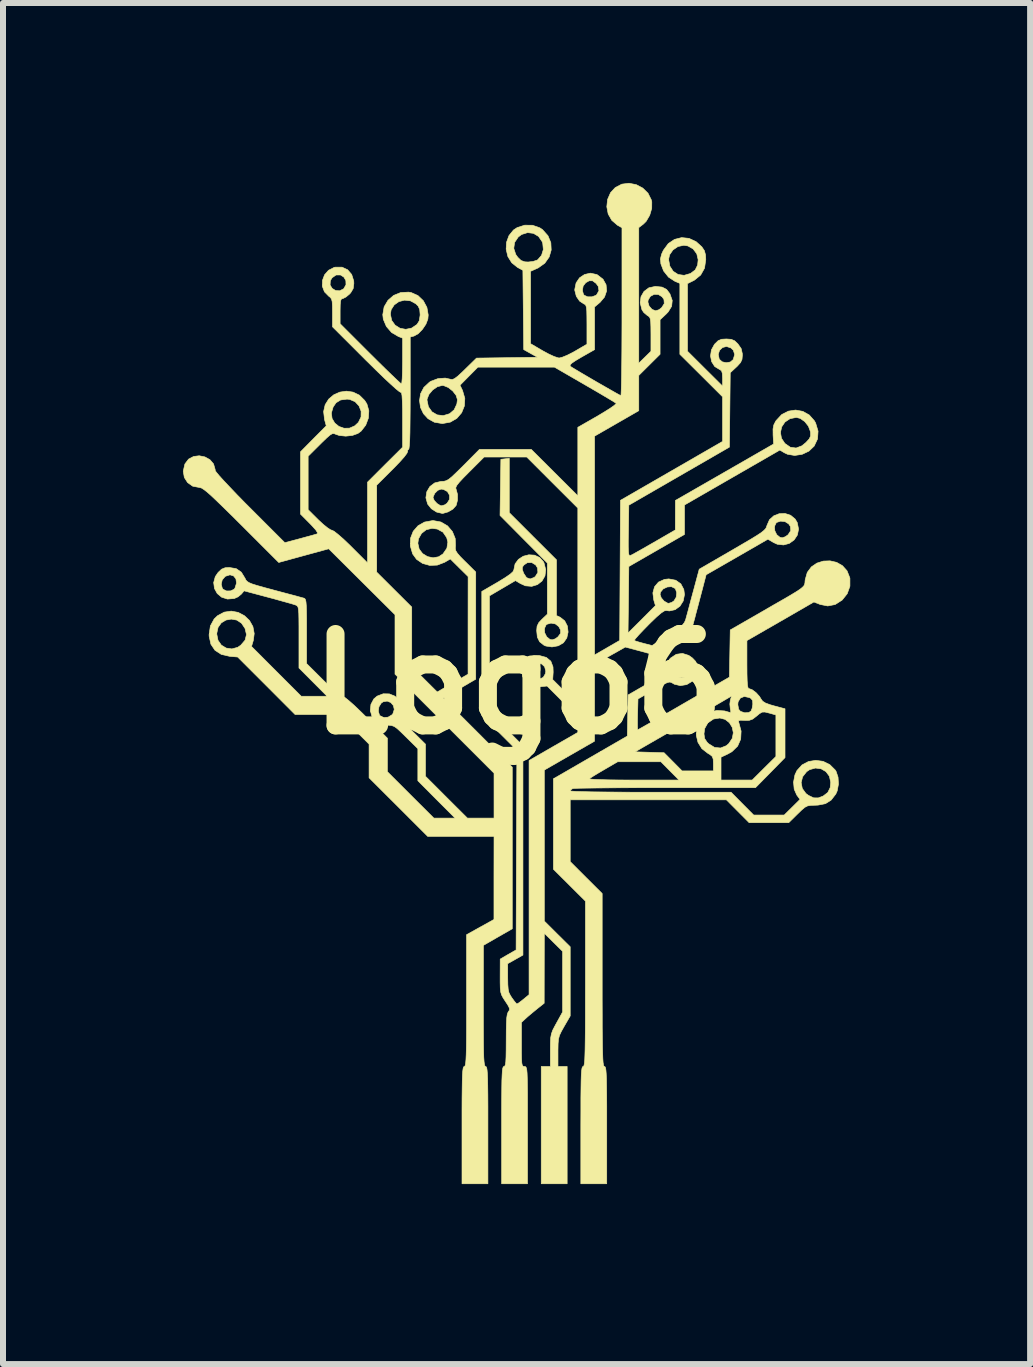
<source format=kicad_pcb>
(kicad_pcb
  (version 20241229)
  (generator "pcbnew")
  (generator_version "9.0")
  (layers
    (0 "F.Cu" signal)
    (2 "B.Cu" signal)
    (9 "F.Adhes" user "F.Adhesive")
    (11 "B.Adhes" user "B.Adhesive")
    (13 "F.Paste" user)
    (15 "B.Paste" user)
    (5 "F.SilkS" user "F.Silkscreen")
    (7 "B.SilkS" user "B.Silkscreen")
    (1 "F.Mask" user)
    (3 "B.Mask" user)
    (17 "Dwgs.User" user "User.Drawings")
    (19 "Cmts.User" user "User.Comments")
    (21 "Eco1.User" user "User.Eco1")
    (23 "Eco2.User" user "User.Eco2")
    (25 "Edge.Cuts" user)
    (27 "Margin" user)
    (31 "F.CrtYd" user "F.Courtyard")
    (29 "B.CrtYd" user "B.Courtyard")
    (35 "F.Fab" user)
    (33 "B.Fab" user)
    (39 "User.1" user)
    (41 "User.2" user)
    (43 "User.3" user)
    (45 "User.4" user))
  (footprint "Logo6"
    (layer "F.Cu")
    (at 5.592 8.354)
    (property "Reference" "Logo6" (at 0 0 0) (layer "F.SilkS") (effects (font (size 1.524 1.524) (thickness 0.3))))
    (attr through_hole)
    (fp_poly (pts (xy -0.152 -2.857) (xy 0.241 -2.464) (xy 0.635 -2.071) (xy 0.635 -1.142) (xy 0.696 -1.114) (xy 0.772 -1.054) (xy 0.817 -0.967) (xy 0.829 -0.867) (xy 0.807 -0.768) (xy 0.751 -0.688) (xy 0.665 -0.638) (xy 0.56 -0.619) (xy 0.458 -0.634) (xy 0.426 -0.648) (xy 0.354 -0.705) (xy 0.316 -0.782) (xy 0.305 -0.891) (xy 0.308 -0.926) (xy 0.434 -0.926) (xy 0.439 -0.854) (xy 0.472 -0.788) (xy 0.525 -0.745) (xy 0.563 -0.737) (xy 0.615 -0.754) (xy 0.66 -0.787) (xy 0.704 -0.846) (xy 0.703 -0.903) (xy 0.672 -0.96) (xy 0.616 -1.003) (xy 0.543 -1.016) (xy 0.477 -0.997) (xy 0.462 -0.986) (xy 0.434 -0.926) (xy 0.308 -0.926) (xy 0.312 -0.966) (xy 0.341 -1.025) (xy 0.394 -1.081) (xy 0.483 -1.165) (xy 0.483 -2.017) (xy 0.088 -2.414) (xy -0.306 -2.811) (xy -0.299 -3.279) (xy -0.292 -3.747) (xy -0.222 -3.755) (xy -0.152 -3.763) (xy -0.152 -2.857)) (stroke (width 0.01) (type solid)) (fill yes) (layer "F.SilkS"))
    (fp_poly (pts (xy 5.305 -2.029) (xy 5.403 -1.973) (xy 5.479 -1.888) (xy 5.525 -1.772) (xy 5.527 -1.762) (xy 5.527 -1.631) (xy 5.482 -1.506) (xy 5.398 -1.401) (xy 5.398 -1.401) (xy 5.281 -1.326) (xy 5.157 -1.302) (xy 5.027 -1.328) (xy 5.027 -1.329) (xy 4.926 -1.368) (xy 4.368 -1.046) (xy 3.81 -0.725) (xy 3.81 -0.324) (xy 3.811 -0.168) (xy 3.814 -0.057) (xy 3.819 0.017) (xy 3.827 0.058) (xy 3.839 0.075) (xy 3.845 0.076) (xy 3.898 0.095) (xy 3.962 0.143) (xy 4.019 0.206) (xy 4.044 0.247) (xy 4.072 0.286) (xy 4.119 0.316) (xy 4.198 0.345) (xy 4.261 0.363) (xy 4.445 0.412) (xy 4.445 1.226) (xy 4.199 1.477) (xy 3.953 1.727) (xy 2.448 1.727) (xy 2.176 1.727) (xy 1.918 1.728) (xy 1.679 1.729) (xy 1.463 1.731) (xy 1.277 1.733) (xy 1.122 1.735) (xy 1.006 1.737) (xy 0.931 1.74) (xy 0.904 1.743) (xy 0.869 1.767) (xy 0.864 1.781) (xy 0.888 1.785) (xy 0.96 1.79) (xy 1.074 1.793) (xy 1.227 1.797) (xy 1.415 1.799) (xy 1.633 1.801) (xy 1.878 1.803) (xy 2.145 1.803) (xy 2.204 1.803) (xy 3.545 1.803) (xy 3.734 1.994) (xy 3.923 2.184) (xy 4.177 2.184) (xy 4.431 2.184) (xy 4.563 2.054) (xy 4.695 1.923) (xy 4.641 1.85) (xy 4.598 1.753) (xy 4.588 1.643) (xy 4.714 1.643) (xy 4.733 1.741) (xy 4.794 1.825) (xy 4.836 1.856) (xy 4.922 1.897) (xy 5 1.898) (xy 5.081 1.867) (xy 5.158 1.808) (xy 5.198 1.727) (xy 5.207 1.638) (xy 5.185 1.537) (xy 5.128 1.46) (xy 5.047 1.413) (xy 4.952 1.4) (xy 4.855 1.427) (xy 4.806 1.46) (xy 4.738 1.546) (xy 4.714 1.643) (xy 4.588 1.643) (xy 4.587 1.635) (xy 4.61 1.515) (xy 4.644 1.442) (xy 4.729 1.348) (xy 4.837 1.291) (xy 4.957 1.272) (xy 5.079 1.288) (xy 5.19 1.342) (xy 5.281 1.432) (xy 5.296 1.455) (xy 5.329 1.552) (xy 5.336 1.668) (xy 5.315 1.781) (xy 5.292 1.833) (xy 5.214 1.934) (xy 5.119 1.994) (xy 4.995 2.018) (xy 4.951 2.02) (xy 4.876 2.022) (xy 4.822 2.031) (xy 4.775 2.055) (xy 4.72 2.102) (xy 4.654 2.166) (xy 4.507 2.311) (xy 3.847 2.311) (xy 3.658 2.121) (xy 3.468 1.93) (xy 0.864 1.93) (xy 0.864 2.96) (xy 1.13 3.226) (xy 1.397 3.492) (xy 1.397 4.933) (xy 1.397 5.243) (xy 1.398 5.506) (xy 1.398 5.726) (xy 1.4 5.906) (xy 1.402 6.051) (xy 1.405 6.163) (xy 1.408 6.247) (xy 1.412 6.306) (xy 1.418 6.345) (xy 1.424 6.367) (xy 1.432 6.375) (xy 1.435 6.375) (xy 1.445 6.381) (xy 1.453 6.399) (xy 1.459 6.435) (xy 1.464 6.494) (xy 1.468 6.58) (xy 1.47 6.697) (xy 1.472 6.85) (xy 1.473 7.043) (xy 1.473 7.282) (xy 1.473 7.353) (xy 1.473 8.331) (xy 1.041 8.331) (xy 1.041 7.353) (xy 1.042 7.102) (xy 1.042 6.897) (xy 1.044 6.734) (xy 1.046 6.607) (xy 1.049 6.514) (xy 1.054 6.448) (xy 1.06 6.407) (xy 1.067 6.384) (xy 1.077 6.376) (xy 1.079 6.375) (xy 1.088 6.371) (xy 1.095 6.354) (xy 1.101 6.321) (xy 1.106 6.268) (xy 1.109 6.191) (xy 1.112 6.088) (xy 1.114 5.952) (xy 1.116 5.782) (xy 1.117 5.572) (xy 1.117 5.32) (xy 1.118 5.021) (xy 1.118 4.997) (xy 1.118 3.619) (xy 0.851 3.353) (xy 0.584 3.087) (xy 0.584 1.579) (xy 0.586 1.578) (xy 1.182 1.578) (xy 1.2 1.584) (xy 1.264 1.589) (xy 1.366 1.593) (xy 1.503 1.597) (xy 1.667 1.599) (xy 1.854 1.6) (xy 1.918 1.6) (xy 2.678 1.6) (xy 2.527 1.448) (xy 2.376 1.295) (xy 1.656 1.295) (xy 1.431 1.426) (xy 1.334 1.483) (xy 1.253 1.532) (xy 1.199 1.567) (xy 1.182 1.578) (xy 0.586 1.578) (xy 1.2 1.223) (xy 1.361 1.13) (xy 1.945 1.13) (xy 2.429 1.145) (xy 2.579 1.296) (xy 2.729 1.448) (xy 3.251 1.448) (xy 3.251 1.327) (xy 3.248 1.251) (xy 3.236 1.219) (xy 3.378 1.219) (xy 3.378 1.6) (xy 3.898 1.6) (xy 4.095 1.404) (xy 4.293 1.208) (xy 4.293 0.515) (xy 4.179 0.483) (xy 4.109 0.466) (xy 4.062 0.468) (xy 4.017 0.495) (xy 3.972 0.533) (xy 3.906 0.584) (xy 3.848 0.605) (xy 3.773 0.606) (xy 3.768 0.605) (xy 3.7 0.603) (xy 3.671 0.612) (xy 3.673 0.635) (xy 3.713 0.784) (xy 3.706 0.919) (xy 3.655 1.035) (xy 3.559 1.128) (xy 3.491 1.166) (xy 3.378 1.219) (xy 3.236 1.219) (xy 3.231 1.206) (xy 3.191 1.173) (xy 3.162 1.157) (xy 3.059 1.077) (xy 2.994 0.972) (xy 2.966 0.855) (xy 2.967 0.83) (xy 3.094 0.83) (xy 3.105 0.908) (xy 3.146 0.97) (xy 3.173 0.996) (xy 3.27 1.056) (xy 3.37 1.066) (xy 3.466 1.028) (xy 3.507 0.993) (xy 3.566 0.905) (xy 3.583 0.812) (xy 3.565 0.722) (xy 3.518 0.645) (xy 3.447 0.589) (xy 3.358 0.566) (xy 3.257 0.582) (xy 3.249 0.585) (xy 3.158 0.648) (xy 3.106 0.741) (xy 3.094 0.83) (xy 2.967 0.83) (xy 2.974 0.735) (xy 3.017 0.622) (xy 3.096 0.527) (xy 3.196 0.465) (xy 3.311 0.44) (xy 3.437 0.448) (xy 3.51 0.469) (xy 3.538 0.475) (xy 3.541 0.449) (xy 3.533 0.415) (xy 3.526 0.341) (xy 3.658 0.341) (xy 3.672 0.42) (xy 3.702 0.455) (xy 3.773 0.479) (xy 3.84 0.475) (xy 3.878 0.451) (xy 3.897 0.404) (xy 3.908 0.337) (xy 3.905 0.274) (xy 3.874 0.237) (xy 3.85 0.225) (xy 3.766 0.207) (xy 3.701 0.233) (xy 3.663 0.296) (xy 3.658 0.341) (xy 3.526 0.341) (xy 3.525 0.334) (xy 3.533 0.271) (xy 3.553 0.2) (xy 3.459 0.255) (xy 3.415 0.281) (xy 3.332 0.329) (xy 3.218 0.396) (xy 3.078 0.477) (xy 2.918 0.569) (xy 2.745 0.669) (xy 2.655 0.721) (xy 1.945 1.13) (xy 1.361 1.13) (xy 1.816 0.867) (xy 1.823 0.524) (xy 1.83 0.181) (xy 2.147 -0.002) (xy 2.26 -0.069) (xy 2.354 -0.128) (xy 2.423 -0.176) (xy 2.458 -0.207) (xy 2.461 -0.213) (xy 2.463 -0.255) (xy 2.591 -0.255) (xy 2.61 -0.174) (xy 2.657 -0.122) (xy 2.721 -0.102) (xy 2.787 -0.119) (xy 2.836 -0.168) (xy 2.864 -0.221) (xy 2.861 -0.264) (xy 2.842 -0.301) (xy 2.789 -0.358) (xy 2.723 -0.378) (xy 2.658 -0.366) (xy 2.61 -0.323) (xy 2.591 -0.255) (xy 2.463 -0.255) (xy 2.467 -0.32) (xy 2.516 -0.41) (xy 2.538 -0.434) (xy 2.632 -0.496) (xy 2.735 -0.511) (xy 2.84 -0.478) (xy 2.902 -0.434) (xy 2.955 -0.378) (xy 2.979 -0.322) (xy 2.985 -0.241) (xy 2.979 -0.16) (xy 2.954 -0.104) (xy 2.902 -0.049) (xy 2.806 0.009) (xy 2.7 0.026) (xy 2.601 0.003) (xy 2.572 -0.014) (xy 2.545 -0.029) (xy 2.516 -0.033) (xy 2.477 -0.022) (xy 2.416 0.007) (xy 2.327 0.056) (xy 2.255 0.098) (xy 1.994 0.248) (xy 1.987 0.505) (xy 1.985 0.612) (xy 1.985 0.698) (xy 1.987 0.75) (xy 1.99 0.762) (xy 2.014 0.75) (xy 2.076 0.715) (xy 2.173 0.66) (xy 2.298 0.589) (xy 2.446 0.504) (xy 2.613 0.408) (xy 2.759 0.323) (xy 3.518 -0.115) (xy 3.525 -0.509) (xy 3.532 -0.902) (xy 4.071 -1.212) (xy 4.264 -1.324) (xy 4.418 -1.412) (xy 4.538 -1.482) (xy 4.627 -1.536) (xy 4.69 -1.577) (xy 4.732 -1.61) (xy 4.758 -1.636) (xy 4.771 -1.661) (xy 4.777 -1.686) (xy 4.779 -1.716) (xy 4.782 -1.741) (xy 4.816 -1.861) (xy 4.884 -1.953) (xy 4.976 -2.016) (xy 5.083 -2.05) (xy 5.195 -2.054) (xy 5.305 -2.029)) (stroke (width 0.01) (type solid)) (fill yes) (layer "F.SilkS"))
    (fp_poly (pts (xy -2.847 -6.907) (xy -2.779 -6.828) (xy -2.745 -6.72) (xy -2.743 -6.679) (xy -2.754 -6.593) (xy -2.795 -6.524) (xy -2.817 -6.5) (xy -2.874 -6.453) (xy -2.922 -6.428) (xy -2.932 -6.426) (xy -2.952 -6.418) (xy -2.964 -6.388) (xy -2.97 -6.325) (xy -2.972 -6.222) (xy -2.972 -6.216) (xy -2.972 -6.007) (xy -2.47 -5.505) (xy -2.339 -5.375) (xy -2.219 -5.257) (xy -2.116 -5.157) (xy -2.033 -5.078) (xy -1.977 -5.026) (xy -1.95 -5.004) (xy -1.949 -5.004) (xy -1.943 -5.028) (xy -1.937 -5.094) (xy -1.933 -5.193) (xy -1.931 -5.317) (xy -1.93 -5.385) (xy -1.93 -5.767) (xy -2 -5.794) (xy -2.114 -5.861) (xy -2.201 -5.962) (xy -2.252 -6.082) (xy -2.261 -6.16) (xy -2.259 -6.167) (xy -2.134 -6.167) (xy -2.112 -6.062) (xy -2.055 -5.983) (xy -1.974 -5.932) (xy -1.878 -5.914) (xy -1.78 -5.934) (xy -1.69 -5.995) (xy -1.652 -6.057) (xy -1.638 -6.15) (xy -1.638 -6.162) (xy -1.645 -6.244) (xy -1.67 -6.3) (xy -1.71 -6.34) (xy -1.8 -6.389) (xy -1.898 -6.4) (xy -1.992 -6.376) (xy -2.07 -6.321) (xy -2.121 -6.242) (xy -2.134 -6.167) (xy -2.259 -6.167) (xy -2.238 -6.289) (xy -2.174 -6.397) (xy -2.08 -6.479) (xy -1.962 -6.527) (xy -1.831 -6.534) (xy -1.788 -6.527) (xy -1.675 -6.477) (xy -1.585 -6.391) (xy -1.525 -6.279) (xy -1.503 -6.153) (xy -1.509 -6.085) (xy -1.542 -5.999) (xy -1.6 -5.913) (xy -1.67 -5.841) (xy -1.74 -5.802) (xy -1.743 -5.801) (xy -1.803 -5.786) (xy -1.803 -4.849) (xy -1.804 -4.582) (xy -1.806 -4.363) (xy -1.808 -4.191) (xy -1.812 -4.062) (xy -1.818 -3.974) (xy -1.824 -3.925) (xy -1.832 -3.912) (xy -1.849 -3.893) (xy -1.846 -3.877) (xy -1.859 -3.846) (xy -1.904 -3.786) (xy -1.978 -3.703) (xy -2.076 -3.601) (xy -2.098 -3.579) (xy -2.362 -3.316) (xy -2.362 -2.591) (xy -2.362 -1.866) (xy -2.07 -1.575) (xy -1.778 -1.284) (xy -1.778 -0.291) (xy -1.566 -0.08) (xy -1.353 0.132) (xy -1.096 -0.017) (xy -0.839 -0.165) (xy -0.839 -0.979) (xy -0.838 -1.792) (xy -0.987 -1.939) (xy -1.135 -2.086) (xy -1.23 -2.03) (xy -1.352 -1.983) (xy -1.478 -1.978) (xy -1.597 -2.011) (xy -1.697 -2.079) (xy -1.763 -2.17) (xy -1.802 -2.304) (xy -1.801 -2.347) (xy -1.676 -2.347) (xy -1.654 -2.251) (xy -1.597 -2.175) (xy -1.515 -2.125) (xy -1.422 -2.105) (xy -1.329 -2.122) (xy -1.257 -2.17) (xy -1.192 -2.264) (xy -1.176 -2.367) (xy -1.195 -2.441) (xy -1.257 -2.532) (xy -1.351 -2.584) (xy -1.44 -2.596) (xy -1.536 -2.573) (xy -1.615 -2.511) (xy -1.665 -2.422) (xy -1.676 -2.347) (xy -1.801 -2.347) (xy -1.798 -2.432) (xy -1.753 -2.547) (xy -1.673 -2.639) (xy -1.564 -2.701) (xy -1.431 -2.725) (xy -1.417 -2.725) (xy -1.29 -2.701) (xy -1.181 -2.637) (xy -1.1 -2.542) (xy -1.053 -2.427) (xy -1.049 -2.309) (xy -1.052 -2.263) (xy -1.044 -2.224) (xy -1.018 -2.182) (xy -0.969 -2.125) (xy -0.889 -2.044) (xy -0.886 -2.042) (xy -0.711 -1.868) (xy -0.711 -0.081) (xy -0.981 0.077) (xy -1.251 0.235) (xy -0.676 0.81) (xy -0.102 1.385) (xy -0.102 4.08) (xy -0.343 4.218) (xy -0.583 4.356) (xy -0.584 5.366) (xy -0.584 5.621) (xy -0.583 5.831) (xy -0.582 5.998) (xy -0.58 6.129) (xy -0.577 6.226) (xy -0.572 6.295) (xy -0.566 6.339) (xy -0.559 6.364) (xy -0.55 6.375) (xy -0.546 6.375) (xy -0.536 6.381) (xy -0.528 6.399) (xy -0.522 6.435) (xy -0.517 6.494) (xy -0.513 6.58) (xy -0.511 6.697) (xy -0.509 6.85) (xy -0.508 7.043) (xy -0.508 7.282) (xy -0.508 7.353) (xy -0.508 8.331) (xy -0.94 8.331) (xy -0.94 7.353) (xy -0.94 7.102) (xy -0.939 6.897) (xy -0.937 6.734) (xy -0.935 6.607) (xy -0.932 6.514) (xy -0.927 6.448) (xy -0.921 6.407) (xy -0.914 6.384) (xy -0.904 6.376) (xy -0.902 6.375) (xy -0.892 6.37) (xy -0.885 6.352) (xy -0.879 6.317) (xy -0.874 6.261) (xy -0.87 6.179) (xy -0.867 6.066) (xy -0.865 5.92) (xy -0.864 5.734) (xy -0.864 5.506) (xy -0.864 5.277) (xy -0.864 4.178) (xy -0.635 4.051) (xy -0.407 3.924) (xy -0.407 3.232) (xy -0.406 2.54) (xy -1.511 2.54) (xy -2.489 1.563) (xy -2.489 1.282) (xy -2.489 1.002) (xy -2.985 0.508) (xy -3.354 0.508) (xy -3.722 0.508) (xy -4.201 0.028) (xy -4.68 -0.451) (xy -4.812 -0.462) (xy -4.952 -0.494) (xy -5.058 -0.563) (xy -5.126 -0.664) (xy -5.155 -0.796) (xy -5.156 -0.824) (xy -5.154 -0.837) (xy -5.029 -0.837) (xy -5.008 -0.73) (xy -4.952 -0.649) (xy -4.871 -0.6) (xy -4.776 -0.586) (xy -4.678 -0.613) (xy -4.628 -0.648) (xy -4.556 -0.732) (xy -4.533 -0.825) (xy -4.557 -0.927) (xy -4.616 -1.015) (xy -4.696 -1.067) (xy -4.786 -1.083) (xy -4.875 -1.067) (xy -4.953 -1.02) (xy -5.007 -0.944) (xy -5.029 -0.841) (xy -5.029 -0.837) (xy -5.154 -0.837) (xy -5.135 -0.969) (xy -5.072 -1.085) (xy -5.016 -1.139) (xy -4.904 -1.199) (xy -4.787 -1.216) (xy -4.672 -1.195) (xy -4.569 -1.141) (xy -4.484 -1.061) (xy -4.426 -0.959) (xy -4.404 -0.842) (xy -4.419 -0.727) (xy -4.449 -0.627) (xy -4.035 -0.212) (xy -3.62 0.203) (xy -3.189 0.203) (xy -3.423 -0.032) (xy -3.658 -0.268) (xy -3.658 -0.782) (xy -3.658 -0.956) (xy -3.659 -1.086) (xy -3.661 -1.178) (xy -3.666 -1.24) (xy -3.673 -1.279) (xy -3.685 -1.301) (xy -3.7 -1.312) (xy -3.715 -1.318) (xy -3.758 -1.332) (xy -3.841 -1.356) (xy -3.953 -1.387) (xy -4.085 -1.424) (xy -4.172 -1.447) (xy -4.573 -1.554) (xy -4.617 -1.501) (xy -4.674 -1.454) (xy -4.737 -1.426) (xy -4.85 -1.417) (xy -4.947 -1.448) (xy -5.021 -1.51) (xy -5.067 -1.594) (xy -5.076 -1.665) (xy -4.954 -1.665) (xy -4.936 -1.597) (xy -4.923 -1.58) (xy -4.866 -1.552) (xy -4.798 -1.553) (xy -4.74 -1.58) (xy -4.725 -1.599) (xy -4.699 -1.683) (xy -4.709 -1.754) (xy -4.748 -1.803) (xy -4.808 -1.821) (xy -4.881 -1.798) (xy -4.888 -1.794) (xy -4.937 -1.737) (xy -4.954 -1.665) (xy -5.076 -1.665) (xy -5.08 -1.691) (xy -5.053 -1.791) (xy -5.006 -1.86) (xy -4.948 -1.915) (xy -4.889 -1.939) (xy -4.818 -1.943) (xy -4.704 -1.924) (xy -4.619 -1.865) (xy -4.557 -1.764) (xy -4.544 -1.736) (xy -4.524 -1.713) (xy -4.493 -1.692) (xy -4.441 -1.67) (xy -4.362 -1.645) (xy -4.25 -1.613) (xy -4.096 -1.572) (xy -4.072 -1.565) (xy -3.925 -1.526) (xy -3.793 -1.491) (xy -3.685 -1.462) (xy -3.609 -1.441) (xy -3.575 -1.432) (xy -3.56 -1.424) (xy -3.549 -1.405) (xy -3.541 -1.369) (xy -3.536 -1.31) (xy -3.533 -1.22) (xy -3.531 -1.095) (xy -3.531 -0.926) (xy -3.531 -0.881) (xy -3.531 -0.342) (xy -3.257 -0.069) (xy -3.145 0.039) (xy -3.051 0.123) (xy -2.98 0.179) (xy -2.937 0.203) (xy -2.933 0.203) (xy -2.896 0.221) (xy -2.829 0.274) (xy -2.734 0.358) (xy -2.616 0.471) (xy -2.533 0.553) (xy -2.184 0.902) (xy -2.184 1.461) (xy -1.797 1.848) (xy -1.409 2.235) (xy -1.055 2.235) (xy -1.366 1.924) (xy -1.676 1.612) (xy -1.676 1.345) (xy -1.676 1.078) (xy -1.874 0.882) (xy -1.962 0.796) (xy -2.024 0.739) (xy -2.072 0.706) (xy -2.115 0.691) (xy -2.163 0.686) (xy -2.19 0.686) (xy -2.289 0.675) (xy -2.362 0.639) (xy -2.374 0.629) (xy -2.441 0.541) (xy -2.465 0.454) (xy -2.335 0.454) (xy -2.315 0.518) (xy -2.306 0.528) (xy -2.245 0.558) (xy -2.172 0.552) (xy -2.108 0.513) (xy -2.092 0.494) (xy -2.069 0.423) (xy -2.084 0.358) (xy -2.127 0.308) (xy -2.187 0.284) (xy -2.253 0.295) (xy -2.287 0.318) (xy -2.325 0.38) (xy -2.335 0.454) (xy -2.465 0.454) (xy -2.469 0.44) (xy -2.458 0.338) (xy -2.41 0.248) (xy -2.355 0.201) (xy -2.253 0.162) (xy -2.151 0.164) (xy -2.06 0.201) (xy -1.988 0.267) (xy -1.945 0.355) (xy -1.94 0.457) (xy -1.949 0.494) (xy -1.959 0.532) (xy -1.958 0.563) (xy -1.942 0.598) (xy -1.905 0.645) (xy -1.842 0.711) (xy -1.762 0.791) (xy -1.549 1.002) (xy -1.549 1.537) (xy -1.2 1.886) (xy -0.85 2.235) (xy -0.406 2.235) (xy -0.406 1.486) (xy -1.232 0.66) (xy -2.057 -0.165) (xy -2.057 -1.156) (xy -3.162 -2.255) (xy -3.579 -2.141) (xy -3.995 -2.027) (xy -4.62 -2.652) (xy -4.792 -2.823) (xy -4.933 -2.961) (xy -5.045 -3.069) (xy -5.132 -3.151) (xy -5.199 -3.209) (xy -5.249 -3.247) (xy -5.285 -3.269) (xy -5.312 -3.276) (xy -5.316 -3.277) (xy -5.428 -3.298) (xy -5.514 -3.358) (xy -5.569 -3.444) (xy -5.587 -3.549) (xy -5.561 -3.663) (xy -5.558 -3.671) (xy -5.498 -3.75) (xy -5.415 -3.794) (xy -5.321 -3.806) (xy -5.227 -3.787) (xy -5.143 -3.741) (xy -5.082 -3.67) (xy -5.055 -3.576) (xy -5.055 -3.561) (xy -5.037 -3.533) (xy -4.988 -3.474) (xy -4.911 -3.389) (xy -4.81 -3.282) (xy -4.691 -3.157) (xy -4.557 -3.02) (xy -4.474 -2.937) (xy -3.894 -2.357) (xy -3.642 -2.424) (xy -3.533 -2.454) (xy -3.44 -2.479) (xy -3.375 -2.498) (xy -3.355 -2.504) (xy -3.349 -2.524) (xy -3.379 -2.571) (xy -3.447 -2.646) (xy -3.475 -2.675) (xy -3.632 -2.833) (xy -3.632 -3.872) (xy -3.418 -4.089) (xy -3.203 -4.305) (xy -3.232 -4.411) (xy -3.244 -4.518) (xy -3.118 -4.518) (xy -3.106 -4.427) (xy -3.061 -4.351) (xy -2.992 -4.295) (xy -2.907 -4.265) (xy -2.817 -4.266) (xy -2.729 -4.304) (xy -2.667 -4.362) (xy -2.623 -4.453) (xy -2.622 -4.549) (xy -2.657 -4.637) (xy -2.722 -4.707) (xy -2.813 -4.746) (xy -2.857 -4.75) (xy -2.964 -4.736) (xy -3.039 -4.69) (xy -3.088 -4.619) (xy -3.118 -4.518) (xy -3.244 -4.518) (xy -3.247 -4.543) (xy -3.221 -4.657) (xy -3.162 -4.751) (xy -3.078 -4.822) (xy -2.977 -4.867) (xy -2.867 -4.883) (xy -2.756 -4.867) (xy -2.652 -4.817) (xy -2.563 -4.729) (xy -2.525 -4.669) (xy -2.493 -4.556) (xy -2.501 -4.433) (xy -2.545 -4.316) (xy -2.621 -4.218) (xy -2.675 -4.178) (xy -2.767 -4.145) (xy -2.878 -4.133) (xy -2.986 -4.144) (xy -3.047 -4.165) (xy -3.075 -4.176) (xy -3.104 -4.173) (xy -3.141 -4.151) (xy -3.195 -4.104) (xy -3.274 -4.028) (xy -3.305 -3.997) (xy -3.505 -3.798) (xy -3.505 -2.907) (xy -3.333 -2.736) (xy -3.253 -2.662) (xy -3.181 -2.604) (xy -3.128 -2.57) (xy -3.111 -2.565) (xy -3.074 -2.548) (xy -3.009 -2.497) (xy -2.92 -2.42) (xy -2.815 -2.32) (xy -2.788 -2.293) (xy -2.515 -2.02) (xy -2.515 -3.366) (xy -2.223 -3.658) (xy -1.93 -3.949) (xy -1.93 -4.414) (xy -1.931 -4.591) (xy -1.935 -4.721) (xy -1.94 -4.807) (xy -1.948 -4.853) (xy -1.959 -4.862) (xy -1.984 -4.875) (xy -2.041 -4.921) (xy -2.125 -4.997) (xy -2.235 -5.099) (xy -2.365 -5.225) (xy -2.513 -5.371) (xy -2.543 -5.4) (xy -3.099 -5.956) (xy -3.099 -6.19) (xy -3.1 -6.302) (xy -3.104 -6.374) (xy -3.115 -6.418) (xy -3.134 -6.445) (xy -3.16 -6.465) (xy -3.233 -6.539) (xy -3.268 -6.631) (xy -3.267 -6.653) (xy -3.139 -6.653) (xy -3.105 -6.596) (xy -3.048 -6.561) (xy -2.98 -6.556) (xy -2.915 -6.588) (xy -2.91 -6.593) (xy -2.874 -6.657) (xy -2.876 -6.726) (xy -2.909 -6.784) (xy -2.965 -6.82) (xy -3.035 -6.82) (xy -3.042 -6.818) (xy -3.105 -6.774) (xy -3.135 -6.725) (xy -3.139 -6.653) (xy -3.267 -6.653) (xy -3.266 -6.73) (xy -3.231 -6.823) (xy -3.165 -6.898) (xy -3.071 -6.946) (xy -3.053 -6.95) (xy -2.94 -6.95) (xy -2.847 -6.907)) (stroke (width 0.01) (type solid)) (fill yes) (layer "F.SilkS"))
    (fp_poly (pts (xy 1.964 -8.326) (xy 2.073 -8.269) (xy 2.161 -8.183) (xy 2.216 -8.072) (xy 2.224 -8.039) (xy 2.223 -7.93) (xy 2.189 -7.815) (xy 2.13 -7.714) (xy 2.08 -7.665) (xy 2.007 -7.61) (xy 2.007 -5.349) (xy 2.108 -5.448) (xy 2.21 -5.548) (xy 2.21 -5.83) (xy 2.209 -5.954) (xy 2.206 -6.036) (xy 2.199 -6.088) (xy 2.186 -6.118) (xy 2.165 -6.136) (xy 2.149 -6.145) (xy 2.091 -6.194) (xy 2.06 -6.24) (xy 2.031 -6.353) (xy 2.033 -6.369) (xy 2.159 -6.369) (xy 2.179 -6.302) (xy 2.227 -6.247) (xy 2.287 -6.223) (xy 2.29 -6.223) (xy 2.342 -6.24) (xy 2.388 -6.274) (xy 2.432 -6.343) (xy 2.427 -6.411) (xy 2.396 -6.456) (xy 2.333 -6.495) (xy 2.262 -6.496) (xy 2.201 -6.464) (xy 2.164 -6.404) (xy 2.159 -6.369) (xy 2.033 -6.369) (xy 2.044 -6.458) (xy 2.094 -6.545) (xy 2.175 -6.606) (xy 2.281 -6.629) (xy 2.286 -6.629) (xy 2.395 -6.618) (xy 2.471 -6.579) (xy 2.526 -6.506) (xy 2.527 -6.503) (xy 2.565 -6.395) (xy 2.555 -6.298) (xy 2.498 -6.205) (xy 2.464 -6.169) (xy 2.362 -6.073) (xy 2.362 -5.498) (xy 2.184 -5.321) (xy 2.007 -5.145) (xy 2.007 -4.557) (xy 1.27 -4.133) (xy 1.27 -0.485) (xy 1.689 -0.727) (xy 1.702 -3.063) (xy 3.404 -4.045) (xy 3.404 -4.789) (xy 3.048 -5.144) (xy 2.692 -5.498) (xy 2.692 -6.68) (xy 2.609 -6.715) (xy 2.503 -6.784) (xy 2.421 -6.887) (xy 2.375 -7.007) (xy 2.375 -7.011) (xy 2.37 -7.08) (xy 2.504 -7.08) (xy 2.525 -6.967) (xy 2.581 -6.881) (xy 2.663 -6.828) (xy 2.763 -6.814) (xy 2.87 -6.845) (xy 2.871 -6.846) (xy 2.948 -6.904) (xy 2.988 -6.985) (xy 2.997 -7.074) (xy 2.974 -7.173) (xy 2.913 -7.254) (xy 2.826 -7.304) (xy 2.758 -7.315) (xy 2.66 -7.294) (xy 2.577 -7.237) (xy 2.521 -7.157) (xy 2.504 -7.08) (xy 2.37 -7.08) (xy 2.369 -7.092) (xy 2.388 -7.168) (xy 2.417 -7.231) (xy 2.499 -7.343) (xy 2.603 -7.413) (xy 2.722 -7.443) (xy 2.845 -7.43) (xy 2.963 -7.375) (xy 3.058 -7.289) (xy 3.101 -7.225) (xy 3.12 -7.154) (xy 3.124 -7.076) (xy 3.103 -6.933) (xy 3.039 -6.819) (xy 2.935 -6.734) (xy 2.914 -6.723) (xy 2.819 -6.676) (xy 2.819 -5.549) (xy 3.111 -5.258) (xy 3.404 -4.967) (xy 3.404 -5.098) (xy 3.4 -5.178) (xy 3.387 -5.222) (xy 3.359 -5.243) (xy 3.353 -5.245) (xy 3.273 -5.294) (xy 3.222 -5.374) (xy 3.203 -5.47) (xy 3.207 -5.497) (xy 3.332 -5.497) (xy 3.348 -5.42) (xy 3.352 -5.413) (xy 3.398 -5.372) (xy 3.466 -5.357) (xy 3.534 -5.369) (xy 3.58 -5.408) (xy 3.581 -5.409) (xy 3.606 -5.494) (xy 3.583 -5.566) (xy 3.542 -5.604) (xy 3.47 -5.628) (xy 3.404 -5.611) (xy 3.354 -5.564) (xy 3.332 -5.497) (xy 3.207 -5.497) (xy 3.218 -5.571) (xy 3.269 -5.664) (xy 3.275 -5.67) (xy 3.33 -5.724) (xy 3.387 -5.748) (xy 3.467 -5.753) (xy 3.548 -5.747) (xy 3.605 -5.723) (xy 3.66 -5.67) (xy 3.714 -5.593) (xy 3.733 -5.509) (xy 3.734 -5.482) (xy 3.728 -5.413) (xy 3.703 -5.359) (xy 3.65 -5.3) (xy 3.633 -5.284) (xy 3.532 -5.19) (xy 3.518 -3.95) (xy 1.841 -2.982) (xy 1.835 -2.555) (xy 1.832 -2.398) (xy 1.832 -2.285) (xy 1.835 -2.209) (xy 1.84 -2.165) (xy 1.85 -2.144) (xy 1.863 -2.142) (xy 1.867 -2.143) (xy 1.902 -2.16) (xy 1.972 -2.199) (xy 2.07 -2.254) (xy 2.185 -2.32) (xy 2.262 -2.364) (xy 2.616 -2.569) (xy 2.617 -2.815) (xy 2.618 -3.061) (xy 3.436 -3.531) (xy 4.255 -4.002) (xy 4.246 -4.154) (xy 4.246 -4.194) (xy 4.369 -4.194) (xy 4.386 -4.097) (xy 4.443 -4.011) (xy 4.534 -3.948) (xy 4.63 -3.935) (xy 4.727 -3.972) (xy 4.794 -4.027) (xy 4.848 -4.086) (xy 4.871 -4.134) (xy 4.871 -4.189) (xy 4.868 -4.211) (xy 4.835 -4.299) (xy 4.774 -4.376) (xy 4.698 -4.429) (xy 4.633 -4.445) (xy 4.527 -4.424) (xy 4.444 -4.368) (xy 4.39 -4.288) (xy 4.369 -4.194) (xy 4.246 -4.194) (xy 4.245 -4.251) (xy 4.258 -4.32) (xy 4.29 -4.383) (xy 4.298 -4.394) (xy 4.39 -4.493) (xy 4.502 -4.55) (xy 4.622 -4.568) (xy 4.742 -4.546) (xy 4.849 -4.486) (xy 4.936 -4.387) (xy 4.956 -4.35) (xy 4.996 -4.216) (xy 4.987 -4.086) (xy 4.931 -3.967) (xy 4.843 -3.883) (xy 4.73 -3.83) (xy 4.606 -3.811) (xy 4.487 -3.831) (xy 4.434 -3.856) (xy 4.359 -3.901) (xy 2.769 -2.985) (xy 2.769 -2.739) (xy 2.769 -2.494) (xy 1.841 -1.96) (xy 1.835 -1.406) (xy 1.828 -0.851) (xy 2.057 -1.079) (xy 2.285 -1.308) (xy 2.257 -1.401) (xy 2.245 -1.495) (xy 2.362 -1.495) (xy 2.382 -1.437) (xy 2.43 -1.382) (xy 2.488 -1.349) (xy 2.506 -1.346) (xy 2.558 -1.362) (xy 2.595 -1.388) (xy 2.631 -1.448) (xy 2.64 -1.522) (xy 2.619 -1.585) (xy 2.611 -1.595) (xy 2.551 -1.624) (xy 2.48 -1.618) (xy 2.414 -1.586) (xy 2.37 -1.533) (xy 2.362 -1.495) (xy 2.245 -1.495) (xy 2.242 -1.52) (xy 2.27 -1.622) (xy 2.336 -1.7) (xy 2.435 -1.745) (xy 2.508 -1.753) (xy 2.623 -1.731) (xy 2.708 -1.671) (xy 2.758 -1.577) (xy 2.769 -1.492) (xy 2.748 -1.385) (xy 2.693 -1.298) (xy 2.613 -1.24) (xy 2.518 -1.219) (xy 2.466 -1.226) (xy 2.434 -1.22) (xy 2.383 -1.187) (xy 2.308 -1.123) (xy 2.206 -1.025) (xy 2.169 -0.988) (xy 2.08 -0.897) (xy 2.007 -0.82) (xy 1.956 -0.762) (xy 1.932 -0.73) (xy 1.932 -0.727) (xy 1.961 -0.715) (xy 2.024 -0.696) (xy 2.086 -0.679) (xy 2.229 -0.642) (xy 2.498 -0.816) (xy 2.61 -0.89) (xy 2.688 -0.945) (xy 2.738 -0.988) (xy 2.768 -1.027) (xy 2.787 -1.068) (xy 2.795 -1.098) (xy 2.813 -1.163) (xy 2.84 -1.263) (xy 2.873 -1.388) (xy 2.91 -1.525) (xy 2.92 -1.561) (xy 3.015 -1.915) (xy 3.571 -2.237) (xy 3.742 -2.337) (xy 3.875 -2.415) (xy 3.973 -2.475) (xy 4.043 -2.521) (xy 4.09 -2.558) (xy 4.119 -2.587) (xy 4.135 -2.614) (xy 4.139 -2.628) (xy 4.269 -2.628) (xy 4.275 -2.556) (xy 4.307 -2.49) (xy 4.36 -2.447) (xy 4.398 -2.438) (xy 4.45 -2.456) (xy 4.496 -2.489) (xy 4.541 -2.558) (xy 4.535 -2.627) (xy 4.505 -2.671) (xy 4.445 -2.708) (xy 4.371 -2.716) (xy 4.307 -2.695) (xy 4.298 -2.687) (xy 4.269 -2.628) (xy 4.139 -2.628) (xy 4.143 -2.641) (xy 4.144 -2.644) (xy 4.186 -2.74) (xy 4.258 -2.805) (xy 4.348 -2.84) (xy 4.445 -2.844) (xy 4.538 -2.814) (xy 4.614 -2.751) (xy 4.649 -2.692) (xy 4.671 -2.583) (xy 4.651 -2.484) (xy 4.597 -2.403) (xy 4.517 -2.345) (xy 4.421 -2.319) (xy 4.316 -2.331) (xy 4.253 -2.36) (xy 4.16 -2.415) (xy 3.645 -2.118) (xy 3.13 -1.822) (xy 3.063 -1.565) (xy 3.027 -1.429) (xy 2.989 -1.284) (xy 2.954 -1.154) (xy 2.943 -1.109) (xy 2.889 -0.911) (xy 2.258 -0.489) (xy 1.782 -0.617) (xy 1.526 -0.472) (xy 1.27 -0.327) (xy 1.269 0.953) (xy 0.851 1.193) (xy 0.432 1.434) (xy 0.432 3.951) (xy 0.648 4.166) (xy 0.864 4.38) (xy 0.864 5.533) (xy 0.762 5.709) (xy 0.715 5.793) (xy 0.685 5.857) (xy 0.669 5.919) (xy 0.662 5.995) (xy 0.66 6.102) (xy 0.66 6.13) (xy 0.66 6.375) (xy 0.813 6.375) (xy 0.813 8.331) (xy 0.381 8.331) (xy 0.381 6.375) (xy 0.533 6.375) (xy 0.533 6.105) (xy 0.534 5.984) (xy 0.538 5.899) (xy 0.55 5.834) (xy 0.571 5.773) (xy 0.607 5.703) (xy 0.635 5.652) (xy 0.737 5.467) (xy 0.737 4.456) (xy 0.584 4.305) (xy 0.432 4.154) (xy 0.43 5.321) (xy 0.31 5.416) (xy 0.231 5.481) (xy 0.156 5.544) (xy 0.121 5.576) (xy 0.051 5.641) (xy 0.051 6.008) (xy 0.051 6.151) (xy 0.053 6.252) (xy 0.057 6.317) (xy 0.065 6.354) (xy 0.077 6.371) (xy 0.095 6.375) (xy 0.102 6.375) (xy 0.115 6.377) (xy 0.125 6.384) (xy 0.133 6.401) (xy 0.14 6.433) (xy 0.145 6.485) (xy 0.148 6.562) (xy 0.15 6.668) (xy 0.152 6.808) (xy 0.152 6.986) (xy 0.152 7.208) (xy 0.152 7.353) (xy 0.152 8.331) (xy -0.279 8.331) (xy -0.279 7.353) (xy -0.279 7.102) (xy -0.278 6.897) (xy -0.277 6.734) (xy -0.275 6.607) (xy -0.271 6.514) (xy -0.267 6.448) (xy -0.261 6.407) (xy -0.253 6.384) (xy -0.244 6.376) (xy -0.241 6.375) (xy -0.227 6.369) (xy -0.217 6.345) (xy -0.21 6.297) (xy -0.206 6.217) (xy -0.204 6.101) (xy -0.203 5.94) (xy -0.203 5.939) (xy -0.202 5.772) (xy -0.199 5.649) (xy -0.194 5.562) (xy -0.185 5.506) (xy -0.173 5.472) (xy -0.166 5.462) (xy -0.148 5.434) (xy -0.15 5.402) (xy -0.176 5.351) (xy -0.217 5.289) (xy -0.255 5.231) (xy -0.28 5.183) (xy -0.295 5.133) (xy -0.302 5.068) (xy -0.304 4.974) (xy -0.304 4.871) (xy -0.303 4.585) (xy -0.171 4.508) (xy -0.038 4.432) (xy -0.032 2.768) (xy -0.025 1.104) (xy -0.317 0.813) (xy -0.61 0.522) (xy -0.61 -1.544) (xy -0.343 -1.699) (xy -0.219 -1.775) (xy -0.136 -1.832) (xy -0.09 -1.874) (xy -0.076 -1.904) (xy -0.074 -1.912) (xy 0.065 -1.912) (xy 0.086 -1.852) (xy 0.089 -1.845) (xy 0.136 -1.774) (xy 0.196 -1.752) (xy 0.264 -1.778) (xy 0.284 -1.795) (xy 0.325 -1.861) (xy 0.319 -1.936) (xy 0.288 -1.986) (xy 0.222 -2.026) (xy 0.148 -2.023) (xy 0.092 -1.985) (xy 0.067 -1.95) (xy 0.065 -1.912) (xy -0.074 -1.912) (xy -0.055 -2.003) (xy 0.001 -2.079) (xy 0.081 -2.131) (xy 0.174 -2.155) (xy 0.269 -2.149) (xy 0.354 -2.11) (xy 0.419 -2.037) (xy 0.427 -2.02) (xy 0.456 -1.906) (xy 0.443 -1.803) (xy 0.394 -1.718) (xy 0.318 -1.658) (xy 0.223 -1.629) (xy 0.117 -1.638) (xy 0.033 -1.676) (xy -0.049 -1.725) (xy -0.483 -1.47) (xy -0.483 0.471) (xy -0.203 0.749) (xy 0.076 1.028) (xy 0.076 4.518) (xy -0.051 4.59) (xy -0.178 4.661) (xy -0.178 4.896) (xy -0.176 5.01) (xy -0.17 5.088) (xy -0.157 5.145) (xy -0.132 5.194) (xy -0.108 5.231) (xy -0.065 5.29) (xy -0.033 5.327) (xy -0.025 5.333) (xy 0.001 5.319) (xy 0.051 5.282) (xy 0.083 5.256) (xy 0.178 5.178) (xy 0.178 1.274) (xy 0.584 1.04) (xy 0.991 0.806) (xy 0.991 0.643) (xy 0.988 0.562) (xy 0.98 0.508) (xy 0.97 0.492) (xy 0.945 0.48) (xy 0.892 0.438) (xy 0.819 0.372) (xy 0.732 0.288) (xy 0.714 0.269) (xy 0.479 0.033) (xy 0.357 0.045) (xy 0.277 0.048) (xy 0.22 0.033) (xy 0.163 -0.009) (xy 0.15 -0.02) (xy 0.094 -0.078) (xy 0.069 -0.133) (xy 0.064 -0.214) (xy 0.064 -0.216) (xy 0.064 -0.223) (xy 0.182 -0.223) (xy 0.19 -0.18) (xy 0.212 -0.143) (xy 0.271 -0.089) (xy 0.343 -0.078) (xy 0.412 -0.111) (xy 0.417 -0.116) (xy 0.45 -0.173) (xy 0.457 -0.216) (xy 0.437 -0.29) (xy 0.387 -0.336) (xy 0.322 -0.35) (xy 0.256 -0.33) (xy 0.206 -0.276) (xy 0.182 -0.223) (xy 0.064 -0.223) (xy 0.069 -0.297) (xy 0.094 -0.353) (xy 0.148 -0.41) (xy 0.15 -0.411) (xy 0.211 -0.46) (xy 0.266 -0.479) (xy 0.341 -0.476) (xy 0.352 -0.475) (xy 0.466 -0.444) (xy 0.541 -0.381) (xy 0.577 -0.286) (xy 0.58 -0.199) (xy 0.572 -0.075) (xy 0.991 0.342) (xy 0.991 -1.296) (xy 0.991 -2.934) (xy 0.565 -3.359) (xy 0.139 -3.785) (xy -0.571 -3.785) (xy -0.817 -3.539) (xy -0.917 -3.438) (xy -0.984 -3.366) (xy -1.024 -3.316) (xy -1.042 -3.281) (xy -1.042 -3.255) (xy -1.037 -3.244) (xy -1.015 -3.162) (xy -1.015 -3.065) (xy -1.037 -2.98) (xy -1.04 -2.975) (xy -1.092 -2.917) (xy -1.172 -2.87) (xy -1.255 -2.846) (xy -1.27 -2.845) (xy -1.363 -2.867) (xy -1.451 -2.923) (xy -1.513 -3.001) (xy -1.542 -3.105) (xy -1.542 -3.106) (xy -1.422 -3.106) (xy -1.402 -3.059) (xy -1.355 -3.009) (xy -1.301 -2.976) (xy -1.278 -2.972) (xy -1.227 -2.988) (xy -1.189 -3.014) (xy -1.148 -3.079) (xy -1.148 -3.148) (xy -1.183 -3.209) (xy -1.249 -3.245) (xy -1.288 -3.25) (xy -1.343 -3.23) (xy -1.394 -3.18) (xy -1.421 -3.119) (xy -1.422 -3.106) (xy -1.542 -3.106) (xy -1.527 -3.205) (xy -1.476 -3.292) (xy -1.396 -3.353) (xy -1.292 -3.378) (xy -1.285 -3.378) (xy -1.242 -3.38) (xy -1.204 -3.39) (xy -1.163 -3.412) (xy -1.112 -3.453) (xy -1.042 -3.519) (xy -0.946 -3.613) (xy -0.914 -3.645) (xy -0.649 -3.912) (xy 0.215 -3.912) (xy 0.603 -3.525) (xy 0.991 -3.138) (xy 0.991 -3.709) (xy 0.991 -4.28) (xy 1.321 -4.469) (xy 1.434 -4.537) (xy 1.528 -4.596) (xy 1.595 -4.643) (xy 1.628 -4.673) (xy 1.63 -4.68) (xy 1.603 -4.698) (xy 1.538 -4.738) (xy 1.442 -4.795) (xy 1.322 -4.866) (xy 1.184 -4.946) (xy 1.105 -4.992) (xy 0.602 -5.283) (xy -0.036 -5.283) (xy -0.675 -5.283) (xy -0.824 -5.133) (xy -0.973 -4.982) (xy -0.931 -4.894) (xy -0.893 -4.763) (xy -0.9 -4.637) (xy -0.946 -4.523) (xy -1.026 -4.43) (xy -1.134 -4.367) (xy -1.265 -4.343) (xy -1.27 -4.343) (xy -1.4 -4.365) (xy -1.505 -4.423) (xy -1.583 -4.508) (xy -1.632 -4.612) (xy -1.648 -4.726) (xy -1.647 -4.733) (xy -1.523 -4.733) (xy -1.5 -4.623) (xy -1.441 -4.539) (xy -1.355 -4.488) (xy -1.253 -4.475) (xy -1.147 -4.507) (xy -1.071 -4.572) (xy -1.026 -4.668) (xy -1.016 -4.741) (xy -1.038 -4.813) (xy -1.094 -4.885) (xy -1.168 -4.944) (xy -1.247 -4.976) (xy -1.27 -4.978) (xy -1.351 -4.957) (xy -1.429 -4.903) (xy -1.491 -4.829) (xy -1.522 -4.751) (xy -1.523 -4.733) (xy -1.647 -4.733) (xy -1.631 -4.839) (xy -1.576 -4.945) (xy -1.482 -5.033) (xy -1.458 -5.048) (xy -1.341 -5.092) (xy -1.219 -5.101) (xy -1.13 -5.081) (xy -1.101 -5.077) (xy -1.063 -5.093) (xy -1.01 -5.133) (xy -0.934 -5.203) (xy -0.889 -5.247) (xy -0.698 -5.434) (xy -0.191 -5.441) (xy 0.318 -5.448) (xy 0.089 -5.576) (xy 0.082 -6.237) (xy 0.075 -6.898) (xy -0.014 -6.946) (xy -0.111 -7.024) (xy -0.175 -7.127) (xy -0.203 -7.244) (xy -0.203 -7.263) (xy -0.077 -7.263) (xy -0.044 -7.162) (xy -0.01 -7.114) (xy 0.045 -7.061) (xy 0.107 -7.039) (xy 0.162 -7.036) (xy 0.243 -7.045) (xy 0.311 -7.067) (xy 0.323 -7.074) (xy 0.386 -7.147) (xy 0.416 -7.244) (xy 0.406 -7.348) (xy 0.397 -7.374) (xy 0.336 -7.463) (xy 0.251 -7.514) (xy 0.153 -7.526) (xy 0.054 -7.495) (xy -0.002 -7.453) (xy -0.063 -7.363) (xy -0.077 -7.263) (xy -0.203 -7.263) (xy -0.198 -7.364) (xy -0.157 -7.476) (xy -0.082 -7.569) (xy -0.02 -7.61) (xy 0.105 -7.65) (xy 0.236 -7.649) (xy 0.357 -7.606) (xy 0.402 -7.576) (xy 0.493 -7.474) (xy 0.541 -7.358) (xy 0.547 -7.236) (xy 0.513 -7.119) (xy 0.44 -7.016) (xy 0.329 -6.937) (xy 0.313 -6.93) (xy 0.203 -6.881) (xy 0.203 -5.675) (xy 0.408 -5.555) (xy 0.506 -5.502) (xy 0.595 -5.461) (xy 0.662 -5.439) (xy 0.681 -5.436) (xy 0.733 -5.449) (xy 0.814 -5.482) (xy 0.909 -5.53) (xy 0.946 -5.551) (xy 1.143 -5.666) (xy 1.143 -5.994) (xy 1.142 -6.128) (xy 1.14 -6.221) (xy 1.134 -6.28) (xy 1.124 -6.313) (xy 1.109 -6.33) (xy 1.093 -6.337) (xy 1.021 -6.384) (xy 0.966 -6.464) (xy 0.941 -6.561) (xy 0.94 -6.563) (xy 1.067 -6.563) (xy 1.085 -6.497) (xy 1.097 -6.482) (xy 1.154 -6.456) (xy 1.228 -6.456) (xy 1.294 -6.481) (xy 1.306 -6.492) (xy 1.343 -6.558) (xy 1.331 -6.631) (xy 1.295 -6.68) (xy 1.237 -6.723) (xy 1.18 -6.723) (xy 1.123 -6.691) (xy 1.08 -6.636) (xy 1.067 -6.563) (xy 0.94 -6.563) (xy 0.94 -6.58) (xy 0.962 -6.687) (xy 1.019 -6.772) (xy 1.103 -6.828) (xy 1.201 -6.85) (xy 1.304 -6.828) (xy 1.317 -6.822) (xy 1.411 -6.749) (xy 1.462 -6.657) (xy 1.471 -6.554) (xy 1.436 -6.452) (xy 1.361 -6.363) (xy 1.27 -6.287) (xy 1.27 -5.931) (xy 1.27 -5.575) (xy 1.052 -5.451) (xy 0.951 -5.391) (xy 0.89 -5.349) (xy 0.863 -5.321) (xy 0.864 -5.3) (xy 0.868 -5.296) (xy 0.897 -5.277) (xy 0.962 -5.238) (xy 1.054 -5.183) (xy 1.165 -5.118) (xy 1.286 -5.047) (xy 1.41 -4.976) (xy 1.527 -4.909) (xy 1.629 -4.851) (xy 1.708 -4.808) (xy 1.712 -4.831) (xy 1.715 -4.9) (xy 1.718 -5.01) (xy 1.721 -5.158) (xy 1.723 -5.339) (xy 1.725 -5.548) (xy 1.726 -5.78) (xy 1.727 -6.031) (xy 1.727 -6.202) (xy 1.727 -7.607) (xy 1.651 -7.65) (xy 1.557 -7.731) (xy 1.497 -7.837) (xy 1.474 -7.957) (xy 1.487 -8.079) (xy 1.537 -8.193) (xy 1.615 -8.277) (xy 1.724 -8.334) (xy 1.844 -8.349) (xy 1.964 -8.326)) (stroke (width 0.01) (type solid)) (fill yes) (layer "F.SilkS")))
  (gr_rect
    (start -3 -3)
    (end 14.123 19.69)
    (stroke (width 0.1) (type default))
    (fill no)
    (layer "Edge.Cuts")))
</source>
